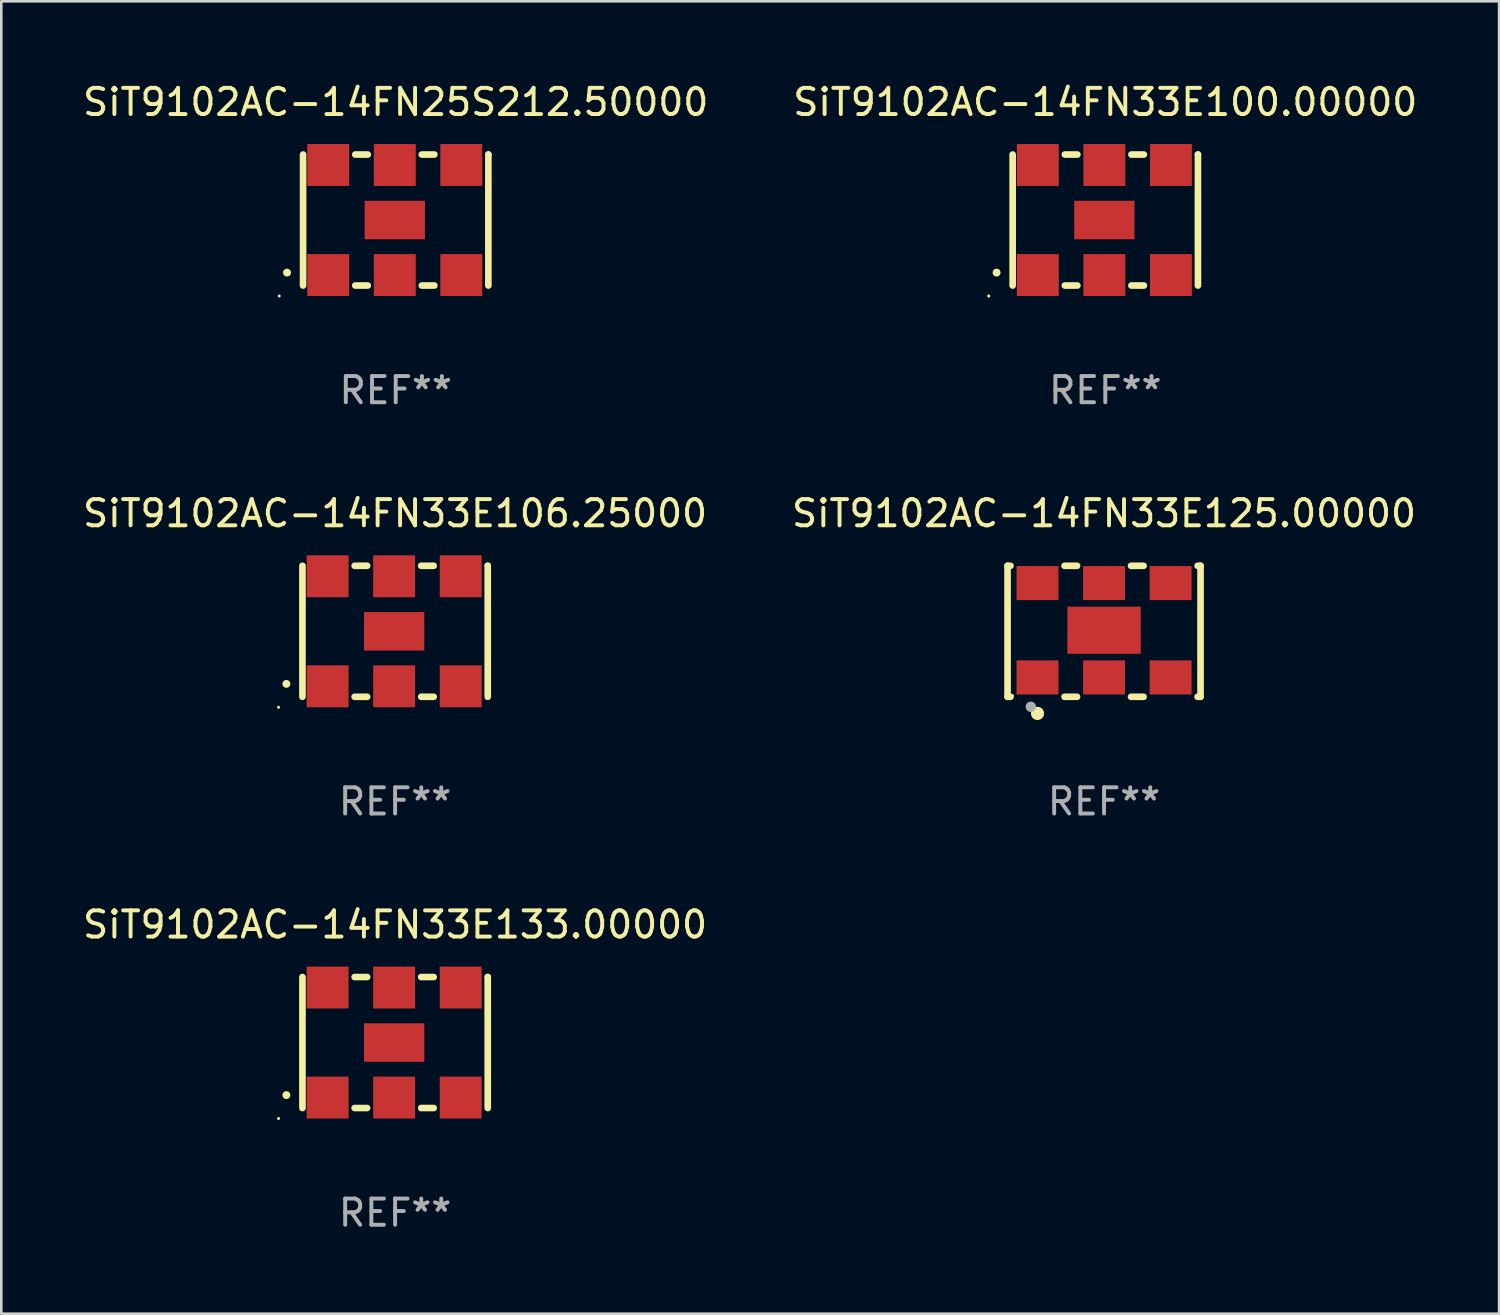
<source format=kicad_pcb>
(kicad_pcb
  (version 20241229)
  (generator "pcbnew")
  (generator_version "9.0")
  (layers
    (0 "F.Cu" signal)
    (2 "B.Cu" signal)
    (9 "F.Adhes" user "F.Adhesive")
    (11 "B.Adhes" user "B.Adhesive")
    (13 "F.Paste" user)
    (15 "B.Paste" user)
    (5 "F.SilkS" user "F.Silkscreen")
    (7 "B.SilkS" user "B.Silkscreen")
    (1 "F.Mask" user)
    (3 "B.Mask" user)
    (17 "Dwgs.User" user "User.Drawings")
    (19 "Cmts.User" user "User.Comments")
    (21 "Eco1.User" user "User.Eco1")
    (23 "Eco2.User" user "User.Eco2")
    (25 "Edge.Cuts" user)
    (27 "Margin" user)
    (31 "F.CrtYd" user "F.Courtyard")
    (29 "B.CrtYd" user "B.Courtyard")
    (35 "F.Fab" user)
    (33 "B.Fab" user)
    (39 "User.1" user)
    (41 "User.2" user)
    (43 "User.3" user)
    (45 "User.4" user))
  (footprint "SiT9102AC-14FN33E125.00000"
    (layer "F.Cu")
    (at 39.089 21.045)
    (property "Reference" "SiT9102AC-14FN33E125.00000" (at 0 -4.5 0) (layer "F.SilkS") (effects (font (size 1 1) (thickness 0.15))))
    (attr through_hole)
    (fp_line (start -3.683 -2.5) (end -3.571 -2.5) (stroke (width 0.254) (type solid)) (layer "F.SilkS"))
    (fp_line (start -3.683 2.5) (end -3.683 -2.5) (stroke (width 0.254) (type solid)) (layer "F.SilkS"))
    (fp_line (start -3.683 2.5) (end -3.571 2.5) (stroke (width 0.254) (type solid)) (layer "F.SilkS"))
    (fp_line (start -1.509 -2.5) (end -1.031 -2.5) (stroke (width 0.254) (type solid)) (layer "F.SilkS"))
    (fp_line (start -1.509 2.5) (end -1.031 2.5) (stroke (width 0.254) (type solid)) (layer "F.SilkS"))
    (fp_line (start 1.031 -2.5) (end 1.509 -2.5) (stroke (width 0.254) (type solid)) (layer "F.SilkS"))
    (fp_line (start 1.031 2.5) (end 1.509 2.5) (stroke (width 0.254) (type solid)) (layer "F.SilkS"))
    (fp_line (start 3.571 -2.5) (end 3.683 -2.5) (stroke (width 0.254) (type solid)) (layer "F.SilkS"))
    (fp_line (start 3.571 2.5) (end 3.683 2.5) (stroke (width 0.254) (type solid)) (layer "F.SilkS"))
    (fp_line (start 3.683 2.5) (end 3.683 -2.5) (stroke (width 0.254) (type solid)) (layer "F.SilkS"))
    (fp_circle (center -3.5 2.46) (end -3.47 2.46) (stroke (width 0.06) (type solid)) (fill no) (layer "F.SilkS"))
    (fp_circle (center -2.54 3.135) (end -2.413 3.135) (stroke (width 0.254) (type solid)) (fill no) (layer "F.SilkS"))
    (fp_circle (center -2.794 2.881) (end -2.694 2.881) (stroke (width 0.2) (type solid)) (fill no) (layer "F.Fab"))
    (fp_text user "REF**" (at 0 6.5 0) (layer "F.Fab") (effects (font (size 1 1) (thickness 0.15))))
    (pad "1" smd rect (at -2.54 1.76) (size 1.6 1.3) (layers "F.Cu" "F.Mask" "F.Paste"))
    (pad "2" smd rect (at 0 1.76) (size 1.6 1.3) (layers "F.Cu" "F.Mask" "F.Paste"))
    (pad "3" smd rect (at 2.54 1.76) (size 1.6 1.3) (layers "F.Cu" "F.Mask" "F.Paste"))
    (pad "4" smd rect (at 2.54 -1.84) (size 1.6 1.3) (layers "F.Cu" "F.Mask" "F.Paste"))
    (pad "5" smd rect (at 0 -1.84) (size 1.6 1.3) (layers "F.Cu" "F.Mask" "F.Paste"))
    (pad "6" smd rect (at -2.54 -1.84) (size 1.6 1.3) (layers "F.Cu" "F.Mask" "F.Paste"))
    (pad "7" smd rect (at 0 -0.04) (size 2.8 1.8) (layers "F.Cu" "F.Mask" "F.Paste")))
  (footprint "SiT9102AC-14FN25S212.50000"
    (layer "F.Cu")
    (at 12.054 5.348)
    (property "Reference" "SiT9102AC-14FN25S212.50000" (at 0 -4.5 0) (layer "F.SilkS") (effects (font (size 1 1) (thickness 0.15))))
    (attr through_hole)
    (fp_line (start -3.536 -2.5) (end -3.536 2.5) (stroke (width 0.254) (type solid)) (layer "F.SilkS"))
    (fp_line (start -1.544 2.5) (end -1.067 2.5) (stroke (width 0.254) (type solid)) (layer "F.SilkS"))
    (fp_line (start -1.067 -2.5) (end -1.544 -2.5) (stroke (width 0.254) (type solid)) (layer "F.SilkS"))
    (fp_line (start 0.996 2.5) (end 1.473 2.5) (stroke (width 0.254) (type solid)) (layer "F.SilkS"))
    (fp_line (start 1.473 -2.5) (end 0.996 -2.5) (stroke (width 0.254) (type solid)) (layer "F.SilkS"))
    (fp_line (start 3.536 -2.5) (end 3.536 -2.5) (stroke (width 0.254) (type solid)) (layer "F.SilkS"))
    (fp_line (start 3.536 2.5) (end 3.536 -2.5) (stroke (width 0.254) (type solid)) (layer "F.SilkS"))
    (fp_arc (start -4.150432 2.006604) (mid -4.149162 2.006599) (end -4.147892 2.006604) (stroke (width 0.3) (type solid)) (layer "F.SilkS"))
    (fp_circle (center -4.449 2.9) (end -4.419 2.9) (stroke (width 0.06) (type solid)) (fill no) (layer "F.SilkS"))
    (fp_text user "REF**" (at 0 6.5 0) (layer "F.Fab") (effects (font (size 1 1) (thickness 0.15))))
    (pad "1" smd rect (at -2.576 2.1) (size 1.6 1.6) (layers "F.Cu" "F.Mask" "F.Paste"))
    (pad "2" smd rect (at -0.036 2.1) (size 1.6 1.6) (layers "F.Cu" "F.Mask" "F.Paste"))
    (pad "3" smd rect (at 2.504 2.1) (size 1.6 1.6) (layers "F.Cu" "F.Mask" "F.Paste"))
    (pad "4" smd rect (at 2.504 -2.1) (size 1.6 1.6) (layers "F.Cu" "F.Mask" "F.Paste"))
    (pad "5" smd rect (at -0.036 -2.1) (size 1.6 1.6) (layers "F.Cu" "F.Mask" "F.Paste"))
    (pad "6" smd rect (at -2.576 -2.1) (size 1.6 1.6) (layers "F.Cu" "F.Mask" "F.Paste"))
    (pad "7" smd rect (at -0.036 0) (size 2.3 1.47) (layers "F.Cu" "F.Mask" "F.Paste")))
  (footprint "SiT9102AC-14FN33E106.25000"
    (layer "F.Cu")
    (at 12.03 21.045)
    (property "Reference" "SiT9102AC-14FN33E106.25000" (at 0 -4.5 0) (layer "F.SilkS") (effects (font (size 1 1) (thickness 0.15))))
    (attr through_hole)
    (fp_line (start -3.536 -2.5) (end -3.536 2.5) (stroke (width 0.254) (type solid)) (layer "F.SilkS"))
    (fp_line (start -1.544 2.5) (end -1.067 2.5) (stroke (width 0.254) (type solid)) (layer "F.SilkS"))
    (fp_line (start -1.067 -2.5) (end -1.544 -2.5) (stroke (width 0.254) (type solid)) (layer "F.SilkS"))
    (fp_line (start 0.996 2.5) (end 1.473 2.5) (stroke (width 0.254) (type solid)) (layer "F.SilkS"))
    (fp_line (start 1.473 -2.5) (end 0.996 -2.5) (stroke (width 0.254) (type solid)) (layer "F.SilkS"))
    (fp_line (start 3.536 -2.5) (end 3.536 -2.5) (stroke (width 0.254) (type solid)) (layer "F.SilkS"))
    (fp_line (start 3.536 2.5) (end 3.536 -2.5) (stroke (width 0.254) (type solid)) (layer "F.SilkS"))
    (fp_arc (start -4.150432 2.006604) (mid -4.149162 2.006599) (end -4.147892 2.006604) (stroke (width 0.3) (type solid)) (layer "F.SilkS"))
    (fp_circle (center -4.449 2.9) (end -4.419 2.9) (stroke (width 0.06) (type solid)) (fill no) (layer "F.SilkS"))
    (fp_text user "REF**" (at 0 6.5 0) (layer "F.Fab") (effects (font (size 1 1) (thickness 0.15))))
    (pad "1" smd rect (at -2.576 2.1) (size 1.6 1.6) (layers "F.Cu" "F.Mask" "F.Paste"))
    (pad "2" smd rect (at -0.036 2.1) (size 1.6 1.6) (layers "F.Cu" "F.Mask" "F.Paste"))
    (pad "3" smd rect (at 2.504 2.1) (size 1.6 1.6) (layers "F.Cu" "F.Mask" "F.Paste"))
    (pad "4" smd rect (at 2.504 -2.1) (size 1.6 1.6) (layers "F.Cu" "F.Mask" "F.Paste"))
    (pad "5" smd rect (at -0.036 -2.1) (size 1.6 1.6) (layers "F.Cu" "F.Mask" "F.Paste"))
    (pad "6" smd rect (at -2.576 -2.1) (size 1.6 1.6) (layers "F.Cu" "F.Mask" "F.Paste"))
    (pad "7" smd rect (at -0.036 0) (size 2.3 1.47) (layers "F.Cu" "F.Mask" "F.Paste")))
  (footprint "SiT9102AC-14FN33E100.00000"
    (layer "F.Cu")
    (at 39.137 5.348)
    (property "Reference" "SiT9102AC-14FN33E100.00000" (at 0 -4.5 0) (layer "F.SilkS") (effects (font (size 1 1) (thickness 0.15))))
    (attr through_hole)
    (fp_line (start -3.536 -2.5) (end -3.536 2.5) (stroke (width 0.254) (type solid)) (layer "F.SilkS"))
    (fp_line (start -1.544 2.5) (end -1.067 2.5) (stroke (width 0.254) (type solid)) (layer "F.SilkS"))
    (fp_line (start -1.067 -2.5) (end -1.544 -2.5) (stroke (width 0.254) (type solid)) (layer "F.SilkS"))
    (fp_line (start 0.996 2.5) (end 1.473 2.5) (stroke (width 0.254) (type solid)) (layer "F.SilkS"))
    (fp_line (start 1.473 -2.5) (end 0.996 -2.5) (stroke (width 0.254) (type solid)) (layer "F.SilkS"))
    (fp_line (start 3.536 -2.5) (end 3.536 -2.5) (stroke (width 0.254) (type solid)) (layer "F.SilkS"))
    (fp_line (start 3.536 2.5) (end 3.536 -2.5) (stroke (width 0.254) (type solid)) (layer "F.SilkS"))
    (fp_arc (start -4.150432 2.006604) (mid -4.149162 2.006599) (end -4.147892 2.006604) (stroke (width 0.3) (type solid)) (layer "F.SilkS"))
    (fp_circle (center -4.449 2.9) (end -4.419 2.9) (stroke (width 0.06) (type solid)) (fill no) (layer "F.SilkS"))
    (fp_text user "REF**" (at 0 6.5 0) (layer "F.Fab") (effects (font (size 1 1) (thickness 0.15))))
    (pad "1" smd rect (at -2.576 2.1) (size 1.6 1.6) (layers "F.Cu" "F.Mask" "F.Paste"))
    (pad "2" smd rect (at -0.036 2.1) (size 1.6 1.6) (layers "F.Cu" "F.Mask" "F.Paste"))
    (pad "3" smd rect (at 2.504 2.1) (size 1.6 1.6) (layers "F.Cu" "F.Mask" "F.Paste"))
    (pad "4" smd rect (at 2.504 -2.1) (size 1.6 1.6) (layers "F.Cu" "F.Mask" "F.Paste"))
    (pad "5" smd rect (at -0.036 -2.1) (size 1.6 1.6) (layers "F.Cu" "F.Mask" "F.Paste"))
    (pad "6" smd rect (at -2.576 -2.1) (size 1.6 1.6) (layers "F.Cu" "F.Mask" "F.Paste"))
    (pad "7" smd rect (at -0.036 0) (size 2.3 1.47) (layers "F.Cu" "F.Mask" "F.Paste")))
  (footprint "SiT9102AC-14FN33E133.00000"
    (layer "F.Cu")
    (at 12.03 36.741)
    (property "Reference" "SiT9102AC-14FN33E133.00000" (at 0 -4.5 0) (layer "F.SilkS") (effects (font (size 1 1) (thickness 0.15))))
    (attr through_hole)
    (fp_line (start -3.536 -2.5) (end -3.536 2.5) (stroke (width 0.254) (type solid)) (layer "F.SilkS"))
    (fp_line (start -1.544 2.5) (end -1.067 2.5) (stroke (width 0.254) (type solid)) (layer "F.SilkS"))
    (fp_line (start -1.067 -2.5) (end -1.544 -2.5) (stroke (width 0.254) (type solid)) (layer "F.SilkS"))
    (fp_line (start 0.996 2.5) (end 1.473 2.5) (stroke (width 0.254) (type solid)) (layer "F.SilkS"))
    (fp_line (start 1.473 -2.5) (end 0.996 -2.5) (stroke (width 0.254) (type solid)) (layer "F.SilkS"))
    (fp_line (start 3.536 -2.5) (end 3.536 -2.5) (stroke (width 0.254) (type solid)) (layer "F.SilkS"))
    (fp_line (start 3.536 2.5) (end 3.536 -2.5) (stroke (width 0.254) (type solid)) (layer "F.SilkS"))
    (fp_arc (start -4.150432 2.006604) (mid -4.149162 2.006599) (end -4.147892 2.006604) (stroke (width 0.3) (type solid)) (layer "F.SilkS"))
    (fp_circle (center -4.449 2.9) (end -4.419 2.9) (stroke (width 0.06) (type solid)) (fill no) (layer "F.SilkS"))
    (fp_text user "REF**" (at 0 6.5 0) (layer "F.Fab") (effects (font (size 1 1) (thickness 0.15))))
    (pad "1" smd rect (at -2.576 2.1) (size 1.6 1.6) (layers "F.Cu" "F.Mask" "F.Paste"))
    (pad "2" smd rect (at -0.036 2.1) (size 1.6 1.6) (layers "F.Cu" "F.Mask" "F.Paste"))
    (pad "3" smd rect (at 2.504 2.1) (size 1.6 1.6) (layers "F.Cu" "F.Mask" "F.Paste"))
    (pad "4" smd rect (at 2.504 -2.1) (size 1.6 1.6) (layers "F.Cu" "F.Mask" "F.Paste"))
    (pad "5" smd rect (at -0.036 -2.1) (size 1.6 1.6) (layers "F.Cu" "F.Mask" "F.Paste"))
    (pad "6" smd rect (at -2.576 -2.1) (size 1.6 1.6) (layers "F.Cu" "F.Mask" "F.Paste"))
    (pad "7" smd rect (at -0.036 0) (size 2.3 1.47) (layers "F.Cu" "F.Mask" "F.Paste")))
  (gr_rect
    (start -3 -3)
    (end 54.167 47.09)
    (stroke (width 0.1) (type default))
    (fill no)
    (layer "Edge.Cuts")))
</source>
